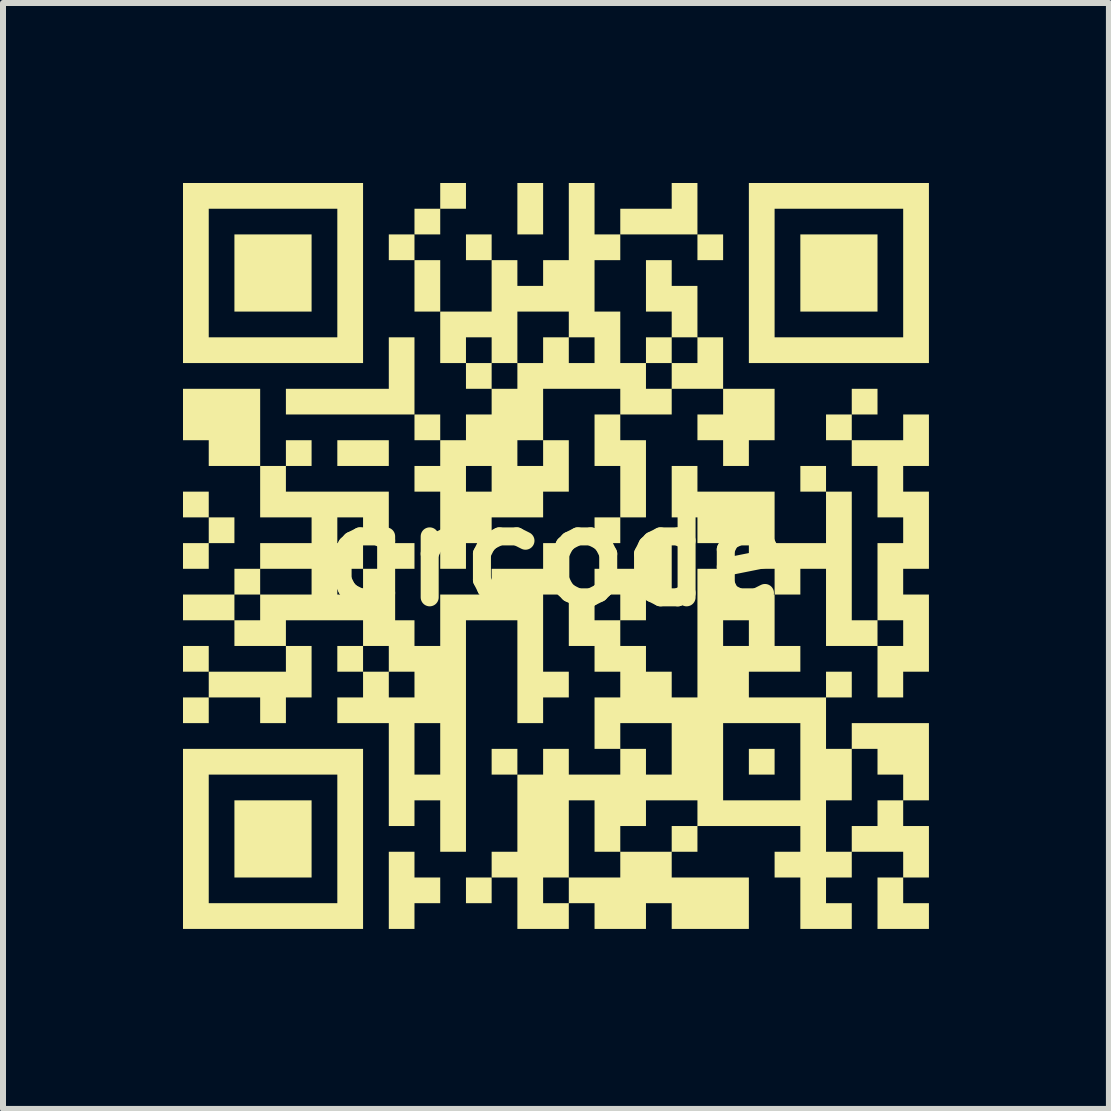
<source format=kicad_pcb>
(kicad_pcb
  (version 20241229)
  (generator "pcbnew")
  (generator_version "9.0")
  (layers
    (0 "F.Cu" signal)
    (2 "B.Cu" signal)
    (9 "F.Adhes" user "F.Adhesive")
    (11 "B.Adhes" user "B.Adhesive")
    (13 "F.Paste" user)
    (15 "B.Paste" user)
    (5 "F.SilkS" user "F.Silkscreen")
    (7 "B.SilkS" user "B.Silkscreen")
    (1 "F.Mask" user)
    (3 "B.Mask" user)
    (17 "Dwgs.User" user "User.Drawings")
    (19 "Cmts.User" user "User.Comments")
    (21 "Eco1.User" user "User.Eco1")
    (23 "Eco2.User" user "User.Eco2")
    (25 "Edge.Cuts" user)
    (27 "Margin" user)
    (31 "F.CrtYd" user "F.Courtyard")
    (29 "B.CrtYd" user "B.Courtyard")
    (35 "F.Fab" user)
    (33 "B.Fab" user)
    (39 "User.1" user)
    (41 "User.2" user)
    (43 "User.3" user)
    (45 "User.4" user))
  (footprint "qrcode"
    (layer "F.Cu")
    (at 6.216 6.216)
    (property "Reference" "qrcode" (at 0 0 0) (layer "F.SilkS") (effects (font (size 1.524 1.524) (thickness 0.3))))
    (attr board_only exclude_from_pos_files exclude_from_bom)
    (fp_poly (pts (xy -5.787 -0.643) (xy -6.216 -0.643) (xy -6.216 -1.072) (xy -5.787 -1.072)) (stroke (width 0) (type solid)) (fill yes) (layer "F.SilkS"))
    (fp_poly (pts (xy -5.787 0.214) (xy -6.216 0.214) (xy -6.216 -0.214) (xy -5.787 -0.214)) (stroke (width 0) (type solid)) (fill yes) (layer "F.SilkS"))
    (fp_poly (pts (xy -5.787 1.929) (xy -6.216 1.929) (xy -6.216 1.5) (xy -5.787 1.5)) (stroke (width 0) (type solid)) (fill yes) (layer "F.SilkS"))
    (fp_poly (pts (xy -5.787 2.786) (xy -6.216 2.786) (xy -6.216 2.358) (xy -5.787 2.358)) (stroke (width 0) (type solid)) (fill yes) (layer "F.SilkS"))
    (fp_poly (pts (xy -5.359 -0.214) (xy -5.787 -0.214) (xy -5.787 -0.643) (xy -5.359 -0.643)) (stroke (width 0) (type solid)) (fill yes) (layer "F.SilkS"))
    (fp_poly (pts (xy -4.073 -4.073) (xy -5.359 -4.073) (xy -5.359 -5.359) (xy -4.073 -5.359)) (stroke (width 0) (type solid)) (fill yes) (layer "F.SilkS"))
    (fp_poly (pts (xy -4.073 -1.5) (xy -4.501 -1.5) (xy -4.501 -1.929) (xy -4.073 -1.929)) (stroke (width 0) (type solid)) (fill yes) (layer "F.SilkS"))
    (fp_poly (pts (xy -4.073 5.359) (xy -5.359 5.359) (xy -5.359 4.073) (xy -4.073 4.073)) (stroke (width 0) (type solid)) (fill yes) (layer "F.SilkS"))
    (fp_poly (pts (xy -2.786 -1.5) (xy -3.644 -1.5) (xy -3.644 -1.929) (xy -2.786 -1.929)) (stroke (width 0) (type solid)) (fill yes) (layer "F.SilkS"))
    (fp_poly (pts (xy -2.358 -4.93) (xy -2.786 -4.93) (xy -2.786 -5.359) (xy -2.358 -5.359)) (stroke (width 0) (type solid)) (fill yes) (layer "F.SilkS"))
    (fp_poly (pts (xy -1.929 -5.359) (xy -2.358 -5.359) (xy -2.358 -5.787) (xy -1.929 -5.787)) (stroke (width 0) (type solid)) (fill yes) (layer "F.SilkS"))
    (fp_poly (pts (xy -1.929 -4.073) (xy -2.358 -4.073) (xy -2.358 -4.93) (xy -1.929 -4.93)) (stroke (width 0) (type solid)) (fill yes) (layer "F.SilkS"))
    (fp_poly (pts (xy -1.929 -1.929) (xy -2.358 -1.929) (xy -2.358 -2.358) (xy -1.929 -2.358)) (stroke (width 0) (type solid)) (fill yes) (layer "F.SilkS"))
    (fp_poly (pts (xy -1.5 -5.787) (xy -1.929 -5.787) (xy -1.929 -6.216) (xy -1.5 -6.216)) (stroke (width 0) (type solid)) (fill yes) (layer "F.SilkS"))
    (fp_poly (pts (xy -1.072 -4.93) (xy -1.5 -4.93) (xy -1.5 -5.359) (xy -1.072 -5.359)) (stroke (width 0) (type solid)) (fill yes) (layer "F.SilkS"))
    (fp_poly (pts (xy -1.072 5.787) (xy -1.5 5.787) (xy -1.5 5.359) (xy -1.072 5.359)) (stroke (width 0) (type solid)) (fill yes) (layer "F.SilkS"))
    (fp_poly (pts (xy -0.643 3.644) (xy -1.072 3.644) (xy -1.072 3.215) (xy -0.643 3.215)) (stroke (width 0) (type solid)) (fill yes) (layer "F.SilkS"))
    (fp_poly (pts (xy -0.214 -5.359) (xy -0.643 -5.359) (xy -0.643 -6.216) (xy -0.214 -6.216)) (stroke (width 0) (type solid)) (fill yes) (layer "F.SilkS"))
    (fp_poly (pts (xy 1.072 -0.214) (xy 0.643 -0.214) (xy 0.643 -0.643) (xy 1.072 -0.643)) (stroke (width 0) (type solid)) (fill yes) (layer "F.SilkS"))
    (fp_poly (pts (xy 2.786 -4.93) (xy 2.358 -4.93) (xy 2.358 -5.359) (xy 2.786 -5.359)) (stroke (width 0) (type solid)) (fill yes) (layer "F.SilkS"))
    (fp_poly (pts (xy 3.644 3.644) (xy 3.215 3.644) (xy 3.215 3.215) (xy 3.644 3.215)) (stroke (width 0) (type solid)) (fill yes) (layer "F.SilkS"))
    (fp_poly (pts (xy 4.501 -1.072) (xy 4.073 -1.072) (xy 4.073 -1.5) (xy 4.501 -1.5)) (stroke (width 0) (type solid)) (fill yes) (layer "F.SilkS"))
    (fp_poly (pts (xy 4.93 -1.929) (xy 4.501 -1.929) (xy 4.501 -2.358) (xy 4.93 -2.358)) (stroke (width 0) (type solid)) (fill yes) (layer "F.SilkS"))
    (fp_poly (pts (xy 4.93 2.358) (xy 4.501 2.358) (xy 4.501 1.929) (xy 4.93 1.929)) (stroke (width 0) (type solid)) (fill yes) (layer "F.SilkS"))
    (fp_poly (pts (xy 5.359 -4.073) (xy 4.073 -4.073) (xy 4.073 -5.359) (xy 5.359 -5.359)) (stroke (width 0) (type solid)) (fill yes) (layer "F.SilkS"))
    (fp_poly (pts (xy 5.359 -2.358) (xy 4.93 -2.358) (xy 4.93 -2.786) (xy 5.359 -2.786)) (stroke (width 0) (type solid)) (fill yes) (layer "F.SilkS"))
    (fp_poly (pts (xy -4.93 -1.5) (xy -5.787 -1.5) (xy -5.787 -1.929) (xy -6.216 -1.929) (xy -6.216 -2.786) (xy -4.93 -2.786)) (stroke (width 0) (type solid)) (fill yes) (layer "F.SilkS"))
    (fp_poly (pts (xy -2.358 -2.358) (xy -4.501 -2.358) (xy -4.501 -2.786) (xy -2.786 -2.786) (xy -2.786 -3.644) (xy -2.358 -3.644)) (stroke (width 0) (type solid)) (fill yes) (layer "F.SilkS"))
    (fp_poly (pts (xy 2.358 -5.359) (xy 1.072 -5.359) (xy 1.072 -5.787) (xy 1.929 -5.787) (xy 1.929 -6.216) (xy 2.358 -6.216)) (stroke (width 0) (type solid)) (fill yes) (layer "F.SilkS"))
    (fp_poly (pts (xy 5.787 5.787) (xy 6.216 5.787) (xy 6.216 6.216) (xy 5.359 6.216) (xy 5.359 5.359) (xy 5.787 5.359)) (stroke (width 0) (type solid)) (fill yes) (layer "F.SilkS"))
    (fp_poly (pts (xy -2.358 5.359) (xy -1.929 5.359) (xy -1.929 5.787) (xy -2.358 5.787) (xy -2.358 6.216) (xy -2.786 6.216) (xy -2.786 4.93) (xy -2.358 4.93)) (stroke (width 0) (type solid)) (fill yes) (layer "F.SilkS"))
    (fp_poly (pts (xy 1.072 -1.929) (xy 1.5 -1.929) (xy 1.5 -0.643) (xy 1.072 -0.643) (xy 1.072 -1.5) (xy 0.643 -1.5) (xy 0.643 -2.358) (xy 1.072 -2.358)) (stroke (width 0) (type solid)) (fill yes) (layer "F.SilkS"))
    (fp_poly (pts (xy -5.787 1.929) (xy -4.501 1.929) (xy -4.501 1.5) (xy -4.073 1.5) (xy -4.073 2.358) (xy -4.501 2.358) (xy -4.501 2.786) (xy -4.93 2.786) (xy -4.93 2.358) (xy -5.787 2.358)) (stroke (width 0) (type solid)) (fill yes) (layer "F.SilkS"))
    (fp_poly (pts (xy 3.644 -1.929) (xy 3.215 -1.929) (xy 3.215 -1.5) (xy 2.786 -1.5) (xy 2.786 -1.929) (xy 2.358 -1.929) (xy 2.358 -2.358) (xy 2.786 -2.358) (xy 2.786 -2.786) (xy 3.644 -2.786)) (stroke (width 0) (type solid)) (fill yes) (layer "F.SilkS"))
    (fp_poly (pts (xy -3.215 -3.215) (xy -6.216 -3.215) (xy -6.216 -3.644) (xy -5.787 -3.644) (xy -3.644 -3.644) (xy -3.644 -5.787) (xy -5.787 -5.787) (xy -5.787 -3.644) (xy -6.216 -3.644) (xy -6.216 -6.216) (xy -3.215 -6.216)) (stroke (width 0) (type solid)) (fill yes) (layer "F.SilkS"))
    (fp_poly (pts (xy -3.215 6.216) (xy -6.216 6.216) (xy -6.216 5.787) (xy -5.787 5.787) (xy -3.644 5.787) (xy -3.644 3.644) (xy -5.787 3.644) (xy -5.787 5.787) (xy -6.216 5.787) (xy -6.216 3.215) (xy -3.215 3.215)) (stroke (width 0) (type solid)) (fill yes) (layer "F.SilkS"))
    (fp_poly (pts (xy 6.216 -3.215) (xy 3.215 -3.215) (xy 3.215 -3.644) (xy 3.644 -3.644) (xy 5.787 -3.644) (xy 5.787 -5.787) (xy 3.644 -5.787) (xy 3.644 -3.644) (xy 3.215 -3.644) (xy 3.215 -6.216) (xy 6.216 -6.216)) (stroke (width 0) (type solid)) (fill yes) (layer "F.SilkS"))
    (fp_poly (pts (xy 6.216 -1.5) (xy 5.787 -1.5) (xy 5.787 -1.072) (xy 6.216 -1.072) (xy 6.216 0.214) (xy 5.787 0.214) (xy 5.787 0.643) (xy 6.216 0.643) (xy 6.216 1.929) (xy 5.787 1.929) (xy 5.787 2.358) (xy 5.359 2.358) (xy 5.359 1.5) (xy 5.787 1.5) (xy 5.787 1.072) (xy 5.359 1.072) (xy 5.359 1.5) (xy 4.501 1.5) (xy 4.501 0.214) (xy 4.073 0.214) (xy 4.073 0.643) (xy 3.644 0.643) (xy 3.644 0.214) (xy 3.215 0.214) (xy 3.215 -0.214) (xy 2.358 -0.214) (xy 2.358 -0.643) (xy 1.929 -0.643) (xy 1.929 -1.5) (xy 2.358 -1.5) (xy 2.358 -1.072) (xy 3.644 -1.072) (xy 3.644 -0.214) (xy 4.501 -0.214) (xy 4.501 -1.072) (xy 4.93 -1.072) (xy 4.93 1.072) (xy 5.359 1.072) (xy 5.359 -0.214) (xy 5.787 -0.214) (xy 5.787 -0.643) (xy 5.359 -0.643) (xy 5.359 -1.5) (xy 4.93 -1.5) (xy 4.93 -1.929) (xy 5.787 -1.929) (xy 5.787 -2.358) (xy 6.216 -2.358)) (stroke (width 0) (type solid)) (fill yes) (layer "F.SilkS"))
    (fp_poly (pts (xy -2.358 -0.214) (xy -2.358 0.214) (xy -2.786 0.214) (xy -2.786 1.072) (xy -2.358 1.072) (xy -2.358 1.5) (xy -1.929 1.5) (xy -1.929 0.643) (xy -1.072 0.643) (xy -1.072 0.214) (xy -0.214 0.214) (xy -0.214 -0.214) (xy 0.214 -0.214) (xy 0.214 0.643) (xy -0.214 0.643) (xy -0.214 1.929) (xy 0.214 1.929) (xy 0.214 2.358) (xy -0.214 2.358) (xy -0.214 2.786) (xy -0.643 2.786) (xy -0.643 1.072) (xy -1.5 1.072) (xy -1.5 4.93) (xy -1.929 4.93) (xy -1.929 4.073) (xy -2.358 4.073) (xy -2.358 4.501) (xy -2.786 4.501) (xy -2.786 3.644) (xy -2.358 3.644) (xy -1.929 3.644) (xy -1.929 2.786) (xy -2.358 2.786) (xy -2.358 3.644) (xy -2.786 3.644) (xy -2.786 2.786) (xy -3.644 2.786) (xy -3.644 2.358) (xy -3.215 2.358) (xy -2.786 2.358) (xy -2.358 2.358) (xy -2.358 1.929) (xy -2.786 1.929) (xy -2.786 2.358) (xy -3.215 2.358) (xy -3.215 1.929) (xy -2.786 1.929) (xy -2.786 1.5) (xy -3.215 1.5) (xy -3.215 1.929) (xy -3.644 1.929) (xy -3.644 1.5) (xy -3.215 1.5) (xy -3.215 1.072) (xy -4.501 1.072) (xy -4.501 1.5) (xy -5.359 1.5) (xy -5.359 1.072) (xy -4.93 1.072) (xy -4.93 0.643) (xy -4.073 0.643) (xy -3.644 0.643) (xy -3.215 0.643) (xy -3.215 0.214) (xy -2.786 0.214) (xy -2.786 -0.214) (xy -3.215 -0.214) (xy -3.215 0.214) (xy -3.644 0.214) (xy -3.644 0.643) (xy -4.073 0.643) (xy -4.073 0.214) (xy -4.93 0.214) (xy -4.93 0.643) (xy -5.359 0.643) (xy -5.359 1.072) (xy -6.216 1.072) (xy -6.216 0.643) (xy -5.359 0.643) (xy -5.359 0.214) (xy -4.93 0.214) (xy -4.93 -0.214) (xy -4.073 -0.214) (xy -3.644 -0.214) (xy -3.215 -0.214) (xy -3.215 -0.643) (xy -3.644 -0.643) (xy -3.644 -0.214) (xy -4.073 -0.214) (xy -4.073 -0.643) (xy -4.93 -0.643) (xy -4.93 -1.5) (xy -4.501 -1.5) (xy -4.501 -1.072) (xy -2.786 -1.072) (xy -2.786 -0.214)) (stroke (width 0) (type solid)) (fill yes) (layer "F.SilkS"))
    (fp_poly (pts (xy 0.214 -1.929) (xy 0.214 -1.072) (xy -0.214 -1.072) (xy -0.214 -0.643) (xy -1.072 -0.643) (xy -1.072 -0.214) (xy -1.5 -0.214) (xy -1.5 0.214) (xy -1.929 0.214) (xy -1.929 -1.072) (xy -1.5 -1.072) (xy -1.072 -1.072) (xy -1.072 -1.5) (xy -0.643 -1.5) (xy -0.214 -1.5) (xy -0.214 -1.929) (xy -0.643 -1.929) (xy -0.643 -1.5) (xy -1.072 -1.5) (xy -1.5 -1.5) (xy -1.5 -1.072) (xy -1.929 -1.072) (xy -2.358 -1.072) (xy -2.358 -1.5) (xy -1.929 -1.5) (xy -1.929 -1.929) (xy -1.5 -1.929) (xy -1.5 -2.358) (xy -1.072 -2.358) (xy -1.072 -2.786) (xy -0.643 -2.786) (xy -0.643 -3.215) (xy -0.214 -3.215) (xy 0.214 -3.215) (xy 0.643 -3.215) (xy 0.643 -3.644) (xy 0.214 -3.644) (xy 0.214 -3.215) (xy -0.214 -3.215) (xy -0.214 -3.644) (xy 0.214 -3.644) (xy 0.214 -4.073) (xy -0.643 -4.073) (xy -0.643 -3.215) (xy -1.072 -3.215) (xy -1.072 -2.786) (xy -1.5 -2.786) (xy -1.5 -3.215) (xy -1.072 -3.215) (xy -1.072 -3.644) (xy -1.5 -3.644) (xy -1.5 -3.215) (xy -1.929 -3.215) (xy -1.929 -4.073) (xy -1.072 -4.073) (xy -1.072 -4.93) (xy -0.643 -4.93) (xy -0.643 -4.501) (xy -0.214 -4.501) (xy -0.214 -4.93) (xy 0.214 -4.93) (xy 0.214 -6.216) (xy 0.643 -6.216) (xy 0.643 -5.359) (xy 1.072 -5.359) (xy 1.072 -4.93) (xy 0.643 -4.93) (xy 0.643 -4.073) (xy 1.072 -4.073) (xy 1.072 -3.215) (xy 1.5 -3.215) (xy 1.5 -3.644) (xy 1.929 -3.644) (xy 1.929 -4.073) (xy 1.5 -4.073) (xy 1.5 -4.93) (xy 1.929 -4.93) (xy 1.929 -4.501) (xy 2.358 -4.501) (xy 2.358 -3.644) (xy 2.786 -3.644) (xy 2.786 -2.786) (xy 1.929 -2.786) (xy 1.929 -2.358) (xy 1.072 -2.358) (xy 1.072 -2.786) (xy 1.5 -2.786) (xy 1.929 -2.786) (xy 1.929 -3.215) (xy 2.358 -3.215) (xy 2.358 -3.644) (xy 1.929 -3.644) (xy 1.929 -3.215) (xy 1.5 -3.215) (xy 1.5 -2.786) (xy 1.072 -2.786) (xy -0.214 -2.786) (xy -0.214 -1.929)) (stroke (width 0) (type solid)) (fill yes) (layer "F.SilkS"))
    (fp_poly (pts (xy -1.072 4.93) (xy -0.643 4.93) (xy -0.643 3.644) (xy -0.214 3.644) (xy -0.214 3.215) (xy 0.214 3.215) (xy 0.214 3.644) (xy 1.072 3.644) (xy 1.072 3.215) (xy 1.5 3.215) (xy 1.5 3.644) (xy 1.929 3.644) (xy 1.929 2.786) (xy 1.072 2.786) (xy 1.072 3.215) (xy 0.643 3.215) (xy 0.643 2.358) (xy 1.072 2.358) (xy 1.072 1.929) (xy 0.643 1.929) (xy 0.643 1.5) (xy 0.214 1.5) (xy 0.214 1.072) (xy 0.643 1.072) (xy 1.072 1.072) (xy 1.072 0.643) (xy 0.643 0.643) (xy 0.643 1.072) (xy 0.214 1.072) (xy 0.214 0.643) (xy 0.643 0.643) (xy 0.643 0.214) (xy 1.5 0.214) (xy 1.5 -0.214) (xy 1.929 -0.214) (xy 1.929 0.643) (xy 1.5 0.643) (xy 1.5 1.072) (xy 1.072 1.072) (xy 1.072 1.5) (xy 1.5 1.5) (xy 1.5 1.929) (xy 1.929 1.929) (xy 1.929 2.358) (xy 2.358 2.358) (xy 2.358 1.5) (xy 2.786 1.5) (xy 3.215 1.5) (xy 3.215 1.072) (xy 2.786 1.072) (xy 2.786 1.5) (xy 2.358 1.5) (xy 2.358 0.214) (xy 2.786 0.214) (xy 2.786 0.643) (xy 3.644 0.643) (xy 3.644 1.5) (xy 4.073 1.5) (xy 4.073 1.929) (xy 3.215 1.929) (xy 3.215 2.358) (xy 4.501 2.358) (xy 4.501 3.215) (xy 4.93 3.215) (xy 4.93 2.786) (xy 6.216 2.786) (xy 6.216 4.073) (xy 5.787 4.073) (xy 5.787 4.501) (xy 6.216 4.501) (xy 6.216 5.359) (xy 5.787 5.359) (xy 5.787 4.93) (xy 4.93 4.93) (xy 4.93 5.359) (xy 4.501 5.359) (xy 4.501 5.787) (xy 4.93 5.787) (xy 4.93 6.216) (xy 4.073 6.216) (xy 4.073 5.359) (xy 3.644 5.359) (xy 3.644 4.93) (xy 4.073 4.93) (xy 4.501 4.93) (xy 4.93 4.93) (xy 4.93 4.501) (xy 5.359 4.501) (xy 5.359 4.073) (xy 5.787 4.073) (xy 5.787 3.644) (xy 5.359 3.644) (xy 5.359 3.215) (xy 4.93 3.215) (xy 4.93 4.073) (xy 4.501 4.073) (xy 4.501 4.93) (xy 4.073 4.93) (xy 4.073 4.501) (xy 2.358 4.501) (xy 2.358 4.93) (xy 1.929 4.93) (xy 1.929 5.359) (xy 3.215 5.359) (xy 3.215 6.216) (xy 1.929 6.216) (xy 1.929 5.787) (xy 1.5 5.787) (xy 1.5 6.216) (xy 0.643 6.216) (xy 0.643 5.787) (xy 0.214 5.787) (xy 0.214 6.216) (xy -0.643 6.216) (xy -0.643 5.787) (xy -0.214 5.787) (xy 0.214 5.787) (xy 0.214 5.359) (xy 1.072 5.359) (xy 1.072 4.93) (xy 1.929 4.93) (xy 1.929 4.501) (xy 2.358 4.501) (xy 2.358 4.073) (xy 2.786 4.073) (xy 4.073 4.073) (xy 4.073 2.786) (xy 2.786 2.786) (xy 2.786 4.073) (xy 2.358 4.073) (xy 1.5 4.073) (xy 1.5 4.501) (xy 1.072 4.501) (xy 1.072 4.93) (xy 0.643 4.93) (xy 0.643 4.073) (xy 0.214 4.073) (xy 0.214 5.359) (xy -0.214 5.359) (xy -0.214 5.787) (xy -0.643 5.787) (xy -0.643 5.359) (xy -1.072 5.359)) (stroke (width 0) (type solid)) (fill yes) (layer "F.SilkS")))
  (gr_rect
    (start -3 -3)
    (end 15.432 15.432)
    (stroke (width 0.1) (type default))
    (fill no)
    (layer "Edge.Cuts")))
</source>
